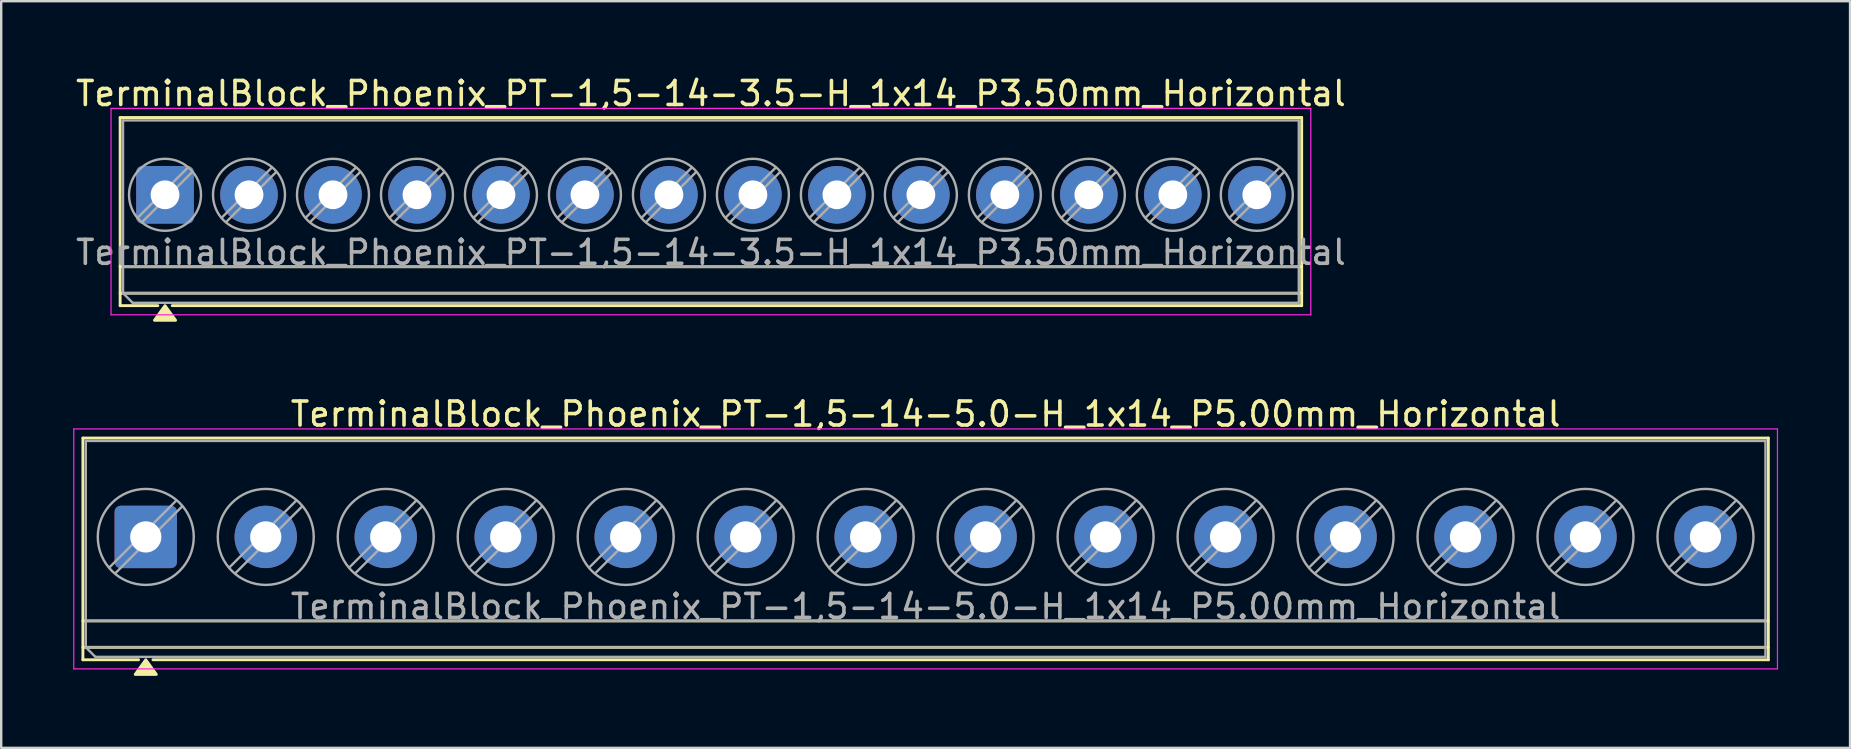
<source format=kicad_pcb>
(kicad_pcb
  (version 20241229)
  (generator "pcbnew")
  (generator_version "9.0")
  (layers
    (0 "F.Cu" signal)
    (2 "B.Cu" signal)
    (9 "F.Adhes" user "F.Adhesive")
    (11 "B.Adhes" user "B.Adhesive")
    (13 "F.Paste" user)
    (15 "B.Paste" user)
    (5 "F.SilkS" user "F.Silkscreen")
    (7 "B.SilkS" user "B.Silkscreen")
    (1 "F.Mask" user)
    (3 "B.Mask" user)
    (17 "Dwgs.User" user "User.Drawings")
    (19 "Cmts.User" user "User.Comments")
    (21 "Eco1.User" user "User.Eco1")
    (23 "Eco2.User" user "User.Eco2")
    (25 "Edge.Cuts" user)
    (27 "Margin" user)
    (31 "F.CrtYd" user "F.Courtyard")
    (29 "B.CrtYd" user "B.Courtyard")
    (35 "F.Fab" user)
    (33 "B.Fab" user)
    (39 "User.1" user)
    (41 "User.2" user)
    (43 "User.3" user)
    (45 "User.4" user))
  (footprint "TerminalBlock_Phoenix_PT-1,5-14-5.0-H_1x14_P5.00mm_Horizontal"
    (layer "F.Cu")
    (at 3.025 19.326)
    (property "Reference" "TerminalBlock_Phoenix_PT-1,5-14-5.0-H_1x14_P5.00mm_Horizontal" (at 32.5 -5.12 0) (layer "F.SilkS") (effects (font (size 1 1) (thickness 0.15))))
    (attr through_hole)
    (fp_line (start -2.62 -4.12) (end -2.62 5.12) (stroke (width 0.12) (type solid)) (layer "F.SilkS"))
    (fp_line (start -2.62 -4.12) (end 67.62 -4.12) (stroke (width 0.12) (type solid)) (layer "F.SilkS"))
    (fp_line (start -2.62 3.5) (end 67.62 3.5) (stroke (width 0.12) (type solid)) (layer "F.SilkS"))
    (fp_line (start -2.62 4.6) (end 67.62 4.6) (stroke (width 0.12) (type solid)) (layer "F.SilkS"))
    (fp_line (start -2.62 5.12) (end -0.3 5.12) (stroke (width 0.12) (type solid)) (layer "F.SilkS"))
    (fp_line (start 0.3 5.12) (end 67.62 5.12) (stroke (width 0.12) (type solid)) (layer "F.SilkS"))
    (fp_line (start 67.62 -4.12) (end 67.62 5.12) (stroke (width 0.12) (type solid)) (layer "F.SilkS"))
    (fp_poly (pts (xy 0 5.12) (xy 0.44 5.73) (xy -0.44 5.73)) (stroke (width 0.12) (type solid)) (fill yes) (layer "F.SilkS"))
    (fp_line (start -3 -4.5) (end -3 5.5) (stroke (width 0.05) (type solid)) (layer "F.CrtYd"))
    (fp_line (start -3 5.5) (end 68 5.5) (stroke (width 0.05) (type solid)) (layer "F.CrtYd"))
    (fp_line (start 68 -4.5) (end -3 -4.5) (stroke (width 0.05) (type solid)) (layer "F.CrtYd"))
    (fp_line (start 68 5.5) (end 68 -4.5) (stroke (width 0.05) (type solid)) (layer "F.CrtYd"))
    (fp_line (start -2.5 -4) (end 67.5 -4) (stroke (width 0.1) (type solid)) (layer "F.Fab"))
    (fp_line (start -2.5 3.5) (end 67.5 3.5) (stroke (width 0.1) (type solid)) (layer "F.Fab"))
    (fp_line (start -2.5 4.6) (end -2.5 -4) (stroke (width 0.1) (type solid)) (layer "F.Fab"))
    (fp_line (start -2.5 4.6) (end 67.5 4.6) (stroke (width 0.1) (type solid)) (layer "F.Fab"))
    (fp_line (start -2.1 5) (end -2.5 4.6) (stroke (width 0.1) (type solid)) (layer "F.Fab"))
    (fp_line (start 1.273 -1.517) (end -1.517 1.272) (stroke (width 0.1) (type solid)) (layer "F.Fab"))
    (fp_line (start 1.517 -1.273) (end -1.273 1.517) (stroke (width 0.1) (type solid)) (layer "F.Fab"))
    (fp_line (start 6.273 -1.517) (end 3.483 1.272) (stroke (width 0.1) (type solid)) (layer "F.Fab"))
    (fp_line (start 6.517 -1.273) (end 3.727 1.517) (stroke (width 0.1) (type solid)) (layer "F.Fab"))
    (fp_line (start 11.273 -1.517) (end 8.483 1.272) (stroke (width 0.1) (type solid)) (layer "F.Fab"))
    (fp_line (start 11.517 -1.273) (end 8.727 1.517) (stroke (width 0.1) (type solid)) (layer "F.Fab"))
    (fp_line (start 16.273 -1.517) (end 13.483 1.272) (stroke (width 0.1) (type solid)) (layer "F.Fab"))
    (fp_line (start 16.517 -1.273) (end 13.727 1.517) (stroke (width 0.1) (type solid)) (layer "F.Fab"))
    (fp_line (start 21.273 -1.517) (end 18.483 1.272) (stroke (width 0.1) (type solid)) (layer "F.Fab"))
    (fp_line (start 21.517 -1.273) (end 18.727 1.517) (stroke (width 0.1) (type solid)) (layer "F.Fab"))
    (fp_line (start 26.273 -1.517) (end 23.483 1.272) (stroke (width 0.1) (type solid)) (layer "F.Fab"))
    (fp_line (start 26.517 -1.273) (end 23.727 1.517) (stroke (width 0.1) (type solid)) (layer "F.Fab"))
    (fp_line (start 31.273 -1.517) (end 28.483 1.272) (stroke (width 0.1) (type solid)) (layer "F.Fab"))
    (fp_line (start 31.517 -1.273) (end 28.727 1.517) (stroke (width 0.1) (type solid)) (layer "F.Fab"))
    (fp_line (start 36.273 -1.517) (end 33.483 1.272) (stroke (width 0.1) (type solid)) (layer "F.Fab"))
    (fp_line (start 36.517 -1.273) (end 33.727 1.517) (stroke (width 0.1) (type solid)) (layer "F.Fab"))
    (fp_line (start 41.273 -1.517) (end 38.483 1.272) (stroke (width 0.1) (type solid)) (layer "F.Fab"))
    (fp_line (start 41.517 -1.273) (end 38.727 1.517) (stroke (width 0.1) (type solid)) (layer "F.Fab"))
    (fp_line (start 46.273 -1.517) (end 43.483 1.272) (stroke (width 0.1) (type solid)) (layer "F.Fab"))
    (fp_line (start 46.517 -1.273) (end 43.727 1.517) (stroke (width 0.1) (type solid)) (layer "F.Fab"))
    (fp_line (start 51.273 -1.517) (end 48.483 1.272) (stroke (width 0.1) (type solid)) (layer "F.Fab"))
    (fp_line (start 51.517 -1.273) (end 48.727 1.517) (stroke (width 0.1) (type solid)) (layer "F.Fab"))
    (fp_line (start 56.273 -1.517) (end 53.483 1.272) (stroke (width 0.1) (type solid)) (layer "F.Fab"))
    (fp_line (start 56.517 -1.273) (end 53.727 1.517) (stroke (width 0.1) (type solid)) (layer "F.Fab"))
    (fp_line (start 61.273 -1.517) (end 58.483 1.272) (stroke (width 0.1) (type solid)) (layer "F.Fab"))
    (fp_line (start 61.517 -1.273) (end 58.727 1.517) (stroke (width 0.1) (type solid)) (layer "F.Fab"))
    (fp_line (start 66.273 -1.517) (end 63.483 1.272) (stroke (width 0.1) (type solid)) (layer "F.Fab"))
    (fp_line (start 66.517 -1.273) (end 63.727 1.517) (stroke (width 0.1) (type solid)) (layer "F.Fab"))
    (fp_line (start 67.5 -4) (end 67.5 5) (stroke (width 0.1) (type solid)) (layer "F.Fab"))
    (fp_line (start 67.5 5) (end -2.1 5) (stroke (width 0.1) (type solid)) (layer "F.Fab"))
    (fp_circle (center 0 0) (end 2 0) (stroke (width 0.1) (type solid)) (fill no) (layer "F.Fab"))
    (fp_circle (center 5 0) (end 7 0) (stroke (width 0.1) (type solid)) (fill no) (layer "F.Fab"))
    (fp_circle (center 10 0) (end 12 0) (stroke (width 0.1) (type solid)) (fill no) (layer "F.Fab"))
    (fp_circle (center 15 0) (end 17 0) (stroke (width 0.1) (type solid)) (fill no) (layer "F.Fab"))
    (fp_circle (center 20 0) (end 22 0) (stroke (width 0.1) (type solid)) (fill no) (layer "F.Fab"))
    (fp_circle (center 25 0) (end 27 0) (stroke (width 0.1) (type solid)) (fill no) (layer "F.Fab"))
    (fp_circle (center 30 0) (end 32 0) (stroke (width 0.1) (type solid)) (fill no) (layer "F.Fab"))
    (fp_circle (center 35 0) (end 37 0) (stroke (width 0.1) (type solid)) (fill no) (layer "F.Fab"))
    (fp_circle (center 40 0) (end 42 0) (stroke (width 0.1) (type solid)) (fill no) (layer "F.Fab"))
    (fp_circle (center 45 0) (end 47 0) (stroke (width 0.1) (type solid)) (fill no) (layer "F.Fab"))
    (fp_circle (center 50 0) (end 52 0) (stroke (width 0.1) (type solid)) (fill no) (layer "F.Fab"))
    (fp_circle (center 55 0) (end 57 0) (stroke (width 0.1) (type solid)) (fill no) (layer "F.Fab"))
    (fp_circle (center 60 0) (end 62 0) (stroke (width 0.1) (type solid)) (fill no) (layer "F.Fab"))
    (fp_circle (center 65 0) (end 67 0) (stroke (width 0.1) (type solid)) (fill no) (layer "F.Fab"))
    (fp_text user "${REFERENCE}" (at 32.5 2.9 0) (layer "F.Fab") (effects (font (size 1 1) (thickness 0.15))))
    (pad "1" thru_hole roundrect (at 0 0) (size 2.6 2.6) (drill 1.3) (layers "*.Cu" "*.Mask") (roundrect_rratio 0.096))
    (pad "2" thru_hole circle (at 5 0) (size 2.6 2.6) (drill 1.3) (layers "*.Cu" "*.Mask"))
    (pad "3" thru_hole circle (at 10 0) (size 2.6 2.6) (drill 1.3) (layers "*.Cu" "*.Mask"))
    (pad "4" thru_hole circle (at 15 0) (size 2.6 2.6) (drill 1.3) (layers "*.Cu" "*.Mask"))
    (pad "5" thru_hole circle (at 20 0) (size 2.6 2.6) (drill 1.3) (layers "*.Cu" "*.Mask"))
    (pad "6" thru_hole circle (at 25 0) (size 2.6 2.6) (drill 1.3) (layers "*.Cu" "*.Mask"))
    (pad "7" thru_hole circle (at 30 0) (size 2.6 2.6) (drill 1.3) (layers "*.Cu" "*.Mask"))
    (pad "8" thru_hole circle (at 35 0) (size 2.6 2.6) (drill 1.3) (layers "*.Cu" "*.Mask"))
    (pad "9" thru_hole circle (at 40 0) (size 2.6 2.6) (drill 1.3) (layers "*.Cu" "*.Mask"))
    (pad "10" thru_hole circle (at 45 0) (size 2.6 2.6) (drill 1.3) (layers "*.Cu" "*.Mask"))
    (pad "11" thru_hole circle (at 50 0) (size 2.6 2.6) (drill 1.3) (layers "*.Cu" "*.Mask"))
    (pad "12" thru_hole circle (at 55 0) (size 2.6 2.6) (drill 1.3) (layers "*.Cu" "*.Mask"))
    (pad "13" thru_hole circle (at 60 0) (size 2.6 2.6) (drill 1.3) (layers "*.Cu" "*.Mask"))
    (pad "14" thru_hole circle (at 65 0) (size 2.6 2.6) (drill 1.3) (layers "*.Cu" "*.Mask")))
  (footprint "TerminalBlock_Phoenix_PT-1,5-14-3.5-H_1x14_P3.50mm_Horizontal"
    (layer "F.Cu")
    (at 3.827 5.068)
    (property "Reference" "TerminalBlock_Phoenix_PT-1,5-14-3.5-H_1x14_P3.50mm_Horizontal" (at 22.75 -4.22 0) (layer "F.SilkS") (effects (font (size 1 1) (thickness 0.15))))
    (attr through_hole)
    (fp_line (start -1.87 -3.22) (end -1.87 4.62) (stroke (width 0.12) (type solid)) (layer "F.SilkS"))
    (fp_line (start -1.87 -3.22) (end 47.37 -3.22) (stroke (width 0.12) (type solid)) (layer "F.SilkS"))
    (fp_line (start -1.87 3) (end 47.37 3) (stroke (width 0.12) (type solid)) (layer "F.SilkS"))
    (fp_line (start -1.87 4.1) (end 47.37 4.1) (stroke (width 0.12) (type solid)) (layer "F.SilkS"))
    (fp_line (start -1.87 4.62) (end -0.3 4.62) (stroke (width 0.12) (type solid)) (layer "F.SilkS"))
    (fp_line (start 0.3 4.62) (end 47.37 4.62) (stroke (width 0.12) (type solid)) (layer "F.SilkS"))
    (fp_line (start 47.37 -3.22) (end 47.37 4.62) (stroke (width 0.12) (type solid)) (layer "F.SilkS"))
    (fp_poly (pts (xy 0 4.62) (xy 0.44 5.23) (xy -0.44 5.23)) (stroke (width 0.12) (type solid)) (fill yes) (layer "F.SilkS"))
    (fp_line (start -2.25 -3.6) (end -2.25 5) (stroke (width 0.05) (type solid)) (layer "F.CrtYd"))
    (fp_line (start -2.25 5) (end 47.75 5) (stroke (width 0.05) (type solid)) (layer "F.CrtYd"))
    (fp_line (start 47.75 -3.6) (end -2.25 -3.6) (stroke (width 0.05) (type solid)) (layer "F.CrtYd"))
    (fp_line (start 47.75 5) (end 47.75 -3.6) (stroke (width 0.05) (type solid)) (layer "F.CrtYd"))
    (fp_line (start -1.75 -3.1) (end 47.25 -3.1) (stroke (width 0.1) (type solid)) (layer "F.Fab"))
    (fp_line (start -1.75 3) (end 47.25 3) (stroke (width 0.1) (type solid)) (layer "F.Fab"))
    (fp_line (start -1.75 4.1) (end -1.75 -3.1) (stroke (width 0.1) (type solid)) (layer "F.Fab"))
    (fp_line (start -1.75 4.1) (end 47.25 4.1) (stroke (width 0.1) (type solid)) (layer "F.Fab"))
    (fp_line (start -1.35 4.5) (end -1.75 4.1) (stroke (width 0.1) (type solid)) (layer "F.Fab"))
    (fp_line (start 0.955 -1.138) (end -1.138 0.954) (stroke (width 0.1) (type solid)) (layer "F.Fab"))
    (fp_line (start 1.138 -0.954) (end -0.955 1.137) (stroke (width 0.1) (type solid)) (layer "F.Fab"))
    (fp_line (start 4.455 -1.138) (end 2.362 0.954) (stroke (width 0.1) (type solid)) (layer "F.Fab"))
    (fp_line (start 4.638 -0.954) (end 2.545 1.137) (stroke (width 0.1) (type solid)) (layer "F.Fab"))
    (fp_line (start 7.955 -1.138) (end 5.862 0.954) (stroke (width 0.1) (type solid)) (layer "F.Fab"))
    (fp_line (start 8.138 -0.954) (end 6.045 1.137) (stroke (width 0.1) (type solid)) (layer "F.Fab"))
    (fp_line (start 11.455 -1.138) (end 9.362 0.954) (stroke (width 0.1) (type solid)) (layer "F.Fab"))
    (fp_line (start 11.638 -0.954) (end 9.545 1.137) (stroke (width 0.1) (type solid)) (layer "F.Fab"))
    (fp_line (start 14.955 -1.138) (end 12.862 0.954) (stroke (width 0.1) (type solid)) (layer "F.Fab"))
    (fp_line (start 15.138 -0.954) (end 13.045 1.137) (stroke (width 0.1) (type solid)) (layer "F.Fab"))
    (fp_line (start 18.455 -1.138) (end 16.362 0.954) (stroke (width 0.1) (type solid)) (layer "F.Fab"))
    (fp_line (start 18.638 -0.954) (end 16.545 1.137) (stroke (width 0.1) (type solid)) (layer "F.Fab"))
    (fp_line (start 21.955 -1.138) (end 19.862 0.954) (stroke (width 0.1) (type solid)) (layer "F.Fab"))
    (fp_line (start 22.138 -0.954) (end 20.045 1.137) (stroke (width 0.1) (type solid)) (layer "F.Fab"))
    (fp_line (start 25.455 -1.138) (end 23.362 0.954) (stroke (width 0.1) (type solid)) (layer "F.Fab"))
    (fp_line (start 25.638 -0.954) (end 23.545 1.137) (stroke (width 0.1) (type solid)) (layer "F.Fab"))
    (fp_line (start 28.955 -1.138) (end 26.862 0.954) (stroke (width 0.1) (type solid)) (layer "F.Fab"))
    (fp_line (start 29.138 -0.954) (end 27.045 1.137) (stroke (width 0.1) (type solid)) (layer "F.Fab"))
    (fp_line (start 32.455 -1.138) (end 30.362 0.954) (stroke (width 0.1) (type solid)) (layer "F.Fab"))
    (fp_line (start 32.638 -0.954) (end 30.545 1.137) (stroke (width 0.1) (type solid)) (layer "F.Fab"))
    (fp_line (start 35.955 -1.138) (end 33.862 0.954) (stroke (width 0.1) (type solid)) (layer "F.Fab"))
    (fp_line (start 36.138 -0.954) (end 34.045 1.137) (stroke (width 0.1) (type solid)) (layer "F.Fab"))
    (fp_line (start 39.455 -1.138) (end 37.362 0.954) (stroke (width 0.1) (type solid)) (layer "F.Fab"))
    (fp_line (start 39.638 -0.954) (end 37.545 1.137) (stroke (width 0.1) (type solid)) (layer "F.Fab"))
    (fp_line (start 42.955 -1.138) (end 40.862 0.954) (stroke (width 0.1) (type solid)) (layer "F.Fab"))
    (fp_line (start 43.138 -0.954) (end 41.045 1.137) (stroke (width 0.1) (type solid)) (layer "F.Fab"))
    (fp_line (start 46.455 -1.138) (end 44.362 0.954) (stroke (width 0.1) (type solid)) (layer "F.Fab"))
    (fp_line (start 46.638 -0.954) (end 44.545 1.137) (stroke (width 0.1) (type solid)) (layer "F.Fab"))
    (fp_line (start 47.25 -3.1) (end 47.25 4.5) (stroke (width 0.1) (type solid)) (layer "F.Fab"))
    (fp_line (start 47.25 4.5) (end -1.35 4.5) (stroke (width 0.1) (type solid)) (layer "F.Fab"))
    (fp_circle (center 0 0) (end 1.5 0) (stroke (width 0.1) (type solid)) (fill no) (layer "F.Fab"))
    (fp_circle (center 3.5 0) (end 5 0) (stroke (width 0.1) (type solid)) (fill no) (layer "F.Fab"))
    (fp_circle (center 7 0) (end 8.5 0) (stroke (width 0.1) (type solid)) (fill no) (layer "F.Fab"))
    (fp_circle (center 10.5 0) (end 12 0) (stroke (width 0.1) (type solid)) (fill no) (layer "F.Fab"))
    (fp_circle (center 14 0) (end 15.5 0) (stroke (width 0.1) (type solid)) (fill no) (layer "F.Fab"))
    (fp_circle (center 17.5 0) (end 19 0) (stroke (width 0.1) (type solid)) (fill no) (layer "F.Fab"))
    (fp_circle (center 21 0) (end 22.5 0) (stroke (width 0.1) (type solid)) (fill no) (layer "F.Fab"))
    (fp_circle (center 24.5 0) (end 26 0) (stroke (width 0.1) (type solid)) (fill no) (layer "F.Fab"))
    (fp_circle (center 28 0) (end 29.5 0) (stroke (width 0.1) (type solid)) (fill no) (layer "F.Fab"))
    (fp_circle (center 31.5 0) (end 33 0) (stroke (width 0.1) (type solid)) (fill no) (layer "F.Fab"))
    (fp_circle (center 35 0) (end 36.5 0) (stroke (width 0.1) (type solid)) (fill no) (layer "F.Fab"))
    (fp_circle (center 38.5 0) (end 40 0) (stroke (width 0.1) (type solid)) (fill no) (layer "F.Fab"))
    (fp_circle (center 42 0) (end 43.5 0) (stroke (width 0.1) (type solid)) (fill no) (layer "F.Fab"))
    (fp_circle (center 45.5 0) (end 47 0) (stroke (width 0.1) (type solid)) (fill no) (layer "F.Fab"))
    (fp_text user "${REFERENCE}" (at 22.75 2.4 0) (layer "F.Fab") (effects (font (size 1 1) (thickness 0.15))))
    (pad "1" thru_hole roundrect (at 0 0) (size 2.4 2.4) (drill 1.2) (layers "*.Cu" "*.Mask") (roundrect_rratio 0.104))
    (pad "2" thru_hole circle (at 3.5 0) (size 2.4 2.4) (drill 1.2) (layers "*.Cu" "*.Mask"))
    (pad "3" thru_hole circle (at 7 0) (size 2.4 2.4) (drill 1.2) (layers "*.Cu" "*.Mask"))
    (pad "4" thru_hole circle (at 10.5 0) (size 2.4 2.4) (drill 1.2) (layers "*.Cu" "*.Mask"))
    (pad "5" thru_hole circle (at 14 0) (size 2.4 2.4) (drill 1.2) (layers "*.Cu" "*.Mask"))
    (pad "6" thru_hole circle (at 17.5 0) (size 2.4 2.4) (drill 1.2) (layers "*.Cu" "*.Mask"))
    (pad "7" thru_hole circle (at 21 0) (size 2.4 2.4) (drill 1.2) (layers "*.Cu" "*.Mask"))
    (pad "8" thru_hole circle (at 24.5 0) (size 2.4 2.4) (drill 1.2) (layers "*.Cu" "*.Mask"))
    (pad "9" thru_hole circle (at 28 0) (size 2.4 2.4) (drill 1.2) (layers "*.Cu" "*.Mask"))
    (pad "10" thru_hole circle (at 31.5 0) (size 2.4 2.4) (drill 1.2) (layers "*.Cu" "*.Mask"))
    (pad "11" thru_hole circle (at 35 0) (size 2.4 2.4) (drill 1.2) (layers "*.Cu" "*.Mask"))
    (pad "12" thru_hole circle (at 38.5 0) (size 2.4 2.4) (drill 1.2) (layers "*.Cu" "*.Mask"))
    (pad "13" thru_hole circle (at 42 0) (size 2.4 2.4) (drill 1.2) (layers "*.Cu" "*.Mask"))
    (pad "14" thru_hole circle (at 45.5 0) (size 2.4 2.4) (drill 1.2) (layers "*.Cu" "*.Mask")))
  (gr_rect
    (start -3 -3)
    (end 74.05 28.116)
    (stroke (width 0.1) (type default))
    (fill no)
    (layer "Edge.Cuts")))
</source>
